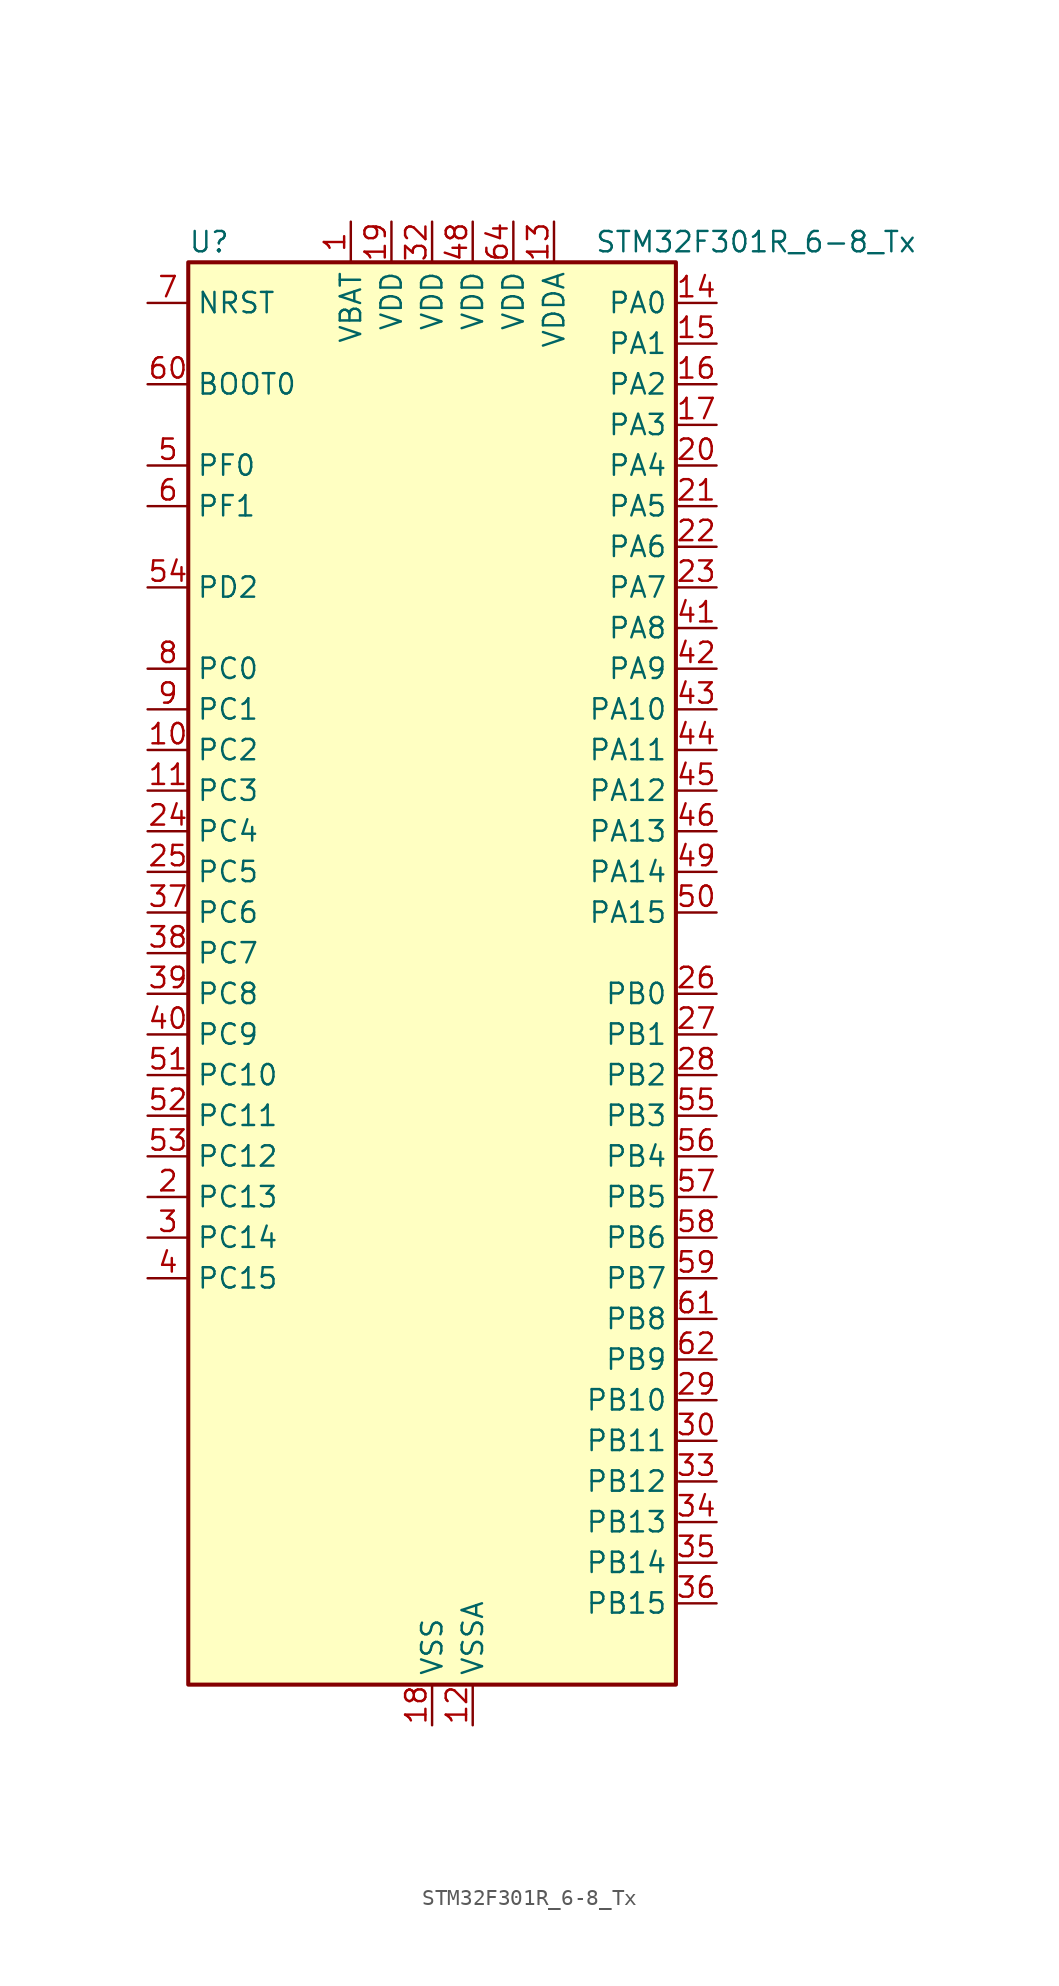
<source format=kicad_sym>
(kicad_symbol_lib
  (version 20220914)
  (generator kicad_symbol_editor)
  (symbol "STM32F301R_6-8_Tx"
    (property "Reference" "U"
      (at -15.24 46.99 0)
      (effects (font (size 1.27 1.27)) (justify left)))
    (property "Value" "STM32F301R_6-8_Tx"
      (at 10.16 46.99 0)
      (effects (font (size 1.27 1.27)) (justify left)))
    (property "ki_locked" ""
      (at 0 0 0)
      (effects (font (size 1.27 1.27))))
    (symbol "STM32F301R_6-8_Tx_0_1"
      (rectangle (start -15.24 -43.18) (end 15.24 45.72) (stroke (width 0.254) (type default)) (fill (type background))))
    (symbol "STM32F301R_6-8_Tx_1_1"
      (pin power_in line (at -5.08 48.26 270) (length 2.54) (name "VBAT" (effects (font (size 1.27 1.27)))) (number "1" (effects (font (size 1.27 1.27)))))
      (pin bidirectional line (at -17.78 15.24 0) (length 2.54) (name "PC2" (effects (font (size 1.27 1.27)))) (number "10" (effects (font (size 1.27 1.27)))) (alternate "ADC1_IN8" bidirectional line) (alternate "TIM1_CH3" bidirectional line))
      (pin bidirectional line (at -17.78 12.7 0) (length 2.54) (name "PC3" (effects (font (size 1.27 1.27)))) (number "11" (effects (font (size 1.27 1.27)))) (alternate "ADC1_IN9" bidirectional line) (alternate "TIM1_BKIN2" bidirectional line) (alternate "TIM1_CH4" bidirectional line))
      (pin power_in line (at 2.54 -45.72 90) (length 2.54) (name "VSSA" (effects (font (size 1.27 1.27)))) (number "12" (effects (font (size 1.27 1.27)))))
      (pin power_in line (at 7.62 48.26 270) (length 2.54) (name "VDDA" (effects (font (size 1.27 1.27)))) (number "13" (effects (font (size 1.27 1.27)))))
      (pin bidirectional line (at 17.78 43.18 180) (length 2.54) (name "PA0" (effects (font (size 1.27 1.27)))) (number "14" (effects (font (size 1.27 1.27)))) (alternate "ADC1_IN1" bidirectional line) (alternate "RTC_TAMP2" bidirectional line) (alternate "SYS_WKUP1" bidirectional line) (alternate "TIM2_CH1" bidirectional line) (alternate "TIM2_ETR" bidirectional line) (alternate "TSC_G1_IO1" bidirectional line) (alternate "USART2_CTS" bidirectional line))
      (pin bidirectional line (at 17.78 40.64 180) (length 2.54) (name "PA1" (effects (font (size 1.27 1.27)))) (number "15" (effects (font (size 1.27 1.27)))) (alternate "ADC1_IN2" bidirectional line) (alternate "RTC_REFIN" bidirectional line) (alternate "TIM15_CH1N" bidirectional line) (alternate "TIM2_CH2" bidirectional line) (alternate "TSC_G1_IO2" bidirectional line) (alternate "USART2_DE" bidirectional line) (alternate "USART2_RTS" bidirectional line))
      (pin bidirectional line (at 17.78 38.1 180) (length 2.54) (name "PA2" (effects (font (size 1.27 1.27)))) (number "16" (effects (font (size 1.27 1.27)))) (alternate "ADC1_IN3" bidirectional line) (alternate "COMP2_INM" bidirectional line) (alternate "COMP2_OUT" bidirectional line) (alternate "TIM15_CH1" bidirectional line) (alternate "TIM2_CH3" bidirectional line) (alternate "TSC_G1_IO3" bidirectional line) (alternate "USART2_TX" bidirectional line))
      (pin bidirectional line (at 17.78 35.56 180) (length 2.54) (name "PA3" (effects (font (size 1.27 1.27)))) (number "17" (effects (font (size 1.27 1.27)))) (alternate "ADC1_IN4" bidirectional line) (alternate "TIM15_CH2" bidirectional line) (alternate "TIM2_CH4" bidirectional line) (alternate "TSC_G1_IO4" bidirectional line) (alternate "USART2_RX" bidirectional line))
      (pin power_in line (at 0 -45.72 90) (length 2.54) (name "VSS" (effects (font (size 1.27 1.27)))) (number "18" (effects (font (size 1.27 1.27)))))
      (pin power_in line (at -2.54 48.26 270) (length 2.54) (name "VDD" (effects (font (size 1.27 1.27)))) (number "19" (effects (font (size 1.27 1.27)))))
      (pin bidirectional line (at -17.78 -12.7 0) (length 2.54) (name "PC13" (effects (font (size 1.27 1.27)))) (number "2" (effects (font (size 1.27 1.27)))) (alternate "RTC_OUT_ALARM" bidirectional line) (alternate "RTC_OUT_CALIB" bidirectional line) (alternate "RTC_TAMP1" bidirectional line) (alternate "RTC_TS" bidirectional line) (alternate "SYS_WKUP2" bidirectional line) (alternate "TIM1_CH1N" bidirectional line))
      (pin bidirectional line (at 17.78 33.02 180) (length 2.54) (name "PA4" (effects (font (size 1.27 1.27)))) (number "20" (effects (font (size 1.27 1.27)))) (alternate "ADC1_IN5" bidirectional line) (alternate "COMP2_INM" bidirectional line) (alternate "COMP4_INM" bidirectional line) (alternate "COMP6_INM" bidirectional line) (alternate "DAC_OUT1" bidirectional line) (alternate "I2S3_WS" bidirectional line) (alternate "SPI3_NSS" bidirectional line) (alternate "TSC_G2_IO1" bidirectional line) (alternate "USART2_CK" bidirectional line))
      (pin bidirectional line (at 17.78 30.48 180) (length 2.54) (name "PA5" (effects (font (size 1.27 1.27)))) (number "21" (effects (font (size 1.27 1.27)))) (alternate "OPAMP2_VINM" bidirectional line) (alternate "OPAMP2_VINM_SEC" bidirectional line) (alternate "TIM2_CH1" bidirectional line) (alternate "TIM2_ETR" bidirectional line) (alternate "TSC_G2_IO2" bidirectional line))
      (pin bidirectional line (at 17.78 27.94 180) (length 2.54) (name "PA6" (effects (font (size 1.27 1.27)))) (number "22" (effects (font (size 1.27 1.27)))) (alternate "ADC1_IN10" bidirectional line) (alternate "OPAMP2_VOUT" bidirectional line) (alternate "TIM16_CH1" bidirectional line) (alternate "TIM1_BKIN" bidirectional line) (alternate "TSC_G2_IO3" bidirectional line))
      (pin bidirectional line (at 17.78 25.4 180) (length 2.54) (name "PA7" (effects (font (size 1.27 1.27)))) (number "23" (effects (font (size 1.27 1.27)))) (alternate "ADC1_IN15" bidirectional line) (alternate "COMP2_INP" bidirectional line) (alternate "OPAMP2_VINP" bidirectional line) (alternate "OPAMP2_VINP_SEC" bidirectional line) (alternate "TIM17_CH1" bidirectional line) (alternate "TIM1_CH1N" bidirectional line) (alternate "TSC_G2_IO4" bidirectional line))
      (pin bidirectional line (at -17.78 10.16 0) (length 2.54) (name "PC4" (effects (font (size 1.27 1.27)))) (number "24" (effects (font (size 1.27 1.27)))) (alternate "TIM1_ETR" bidirectional line) (alternate "USART1_TX" bidirectional line))
      (pin bidirectional line (at -17.78 7.62 0) (length 2.54) (name "PC5" (effects (font (size 1.27 1.27)))) (number "25" (effects (font (size 1.27 1.27)))) (alternate "OPAMP2_VINM" bidirectional line) (alternate "OPAMP2_VINM_SEC" bidirectional line) (alternate "TIM15_BKIN" bidirectional line) (alternate "TSC_G3_IO1" bidirectional line) (alternate "USART1_RX" bidirectional line))
      (pin bidirectional line (at 17.78 0 180) (length 2.54) (name "PB0" (effects (font (size 1.27 1.27)))) (number "26" (effects (font (size 1.27 1.27)))) (alternate "ADC1_IN11" bidirectional line) (alternate "COMP4_INP" bidirectional line) (alternate "OPAMP2_VINP" bidirectional line) (alternate "OPAMP2_VINP_SEC" bidirectional line) (alternate "TIM1_CH2N" bidirectional line) (alternate "TSC_G3_IO2" bidirectional line))
      (pin bidirectional line (at 17.78 -2.54 180) (length 2.54) (name "PB1" (effects (font (size 1.27 1.27)))) (number "27" (effects (font (size 1.27 1.27)))) (alternate "ADC1_IN12" bidirectional line) (alternate "COMP4_OUT" bidirectional line) (alternate "TIM1_CH3N" bidirectional line) (alternate "TSC_G3_IO3" bidirectional line))
      (pin bidirectional line (at 17.78 -5.08 180) (length 2.54) (name "PB2" (effects (font (size 1.27 1.27)))) (number "28" (effects (font (size 1.27 1.27)))) (alternate "COMP4_INM" bidirectional line) (alternate "TSC_G3_IO4" bidirectional line))
      (pin bidirectional line (at 17.78 -25.4 180) (length 2.54) (name "PB10" (effects (font (size 1.27 1.27)))) (number "29" (effects (font (size 1.27 1.27)))) (alternate "TIM2_CH3" bidirectional line) (alternate "TSC_SYNC" bidirectional line) (alternate "USART3_TX" bidirectional line))
      (pin bidirectional line (at -17.78 -15.24 0) (length 2.54) (name "PC14" (effects (font (size 1.27 1.27)))) (number "3" (effects (font (size 1.27 1.27)))) (alternate "RCC_OSC32_IN" bidirectional line))
      (pin bidirectional line (at 17.78 -27.94 180) (length 2.54) (name "PB11" (effects (font (size 1.27 1.27)))) (number "30" (effects (font (size 1.27 1.27)))) (alternate "ADC1_EXTI11" bidirectional line) (alternate "ADC1_IN14" bidirectional line) (alternate "COMP6_INP" bidirectional line) (alternate "TIM2_CH4" bidirectional line) (alternate "TSC_G6_IO1" bidirectional line) (alternate "USART3_RX" bidirectional line))
      (pin passive line (at 0 -45.72 90) (length 2.54) hide (name "VSS" (effects (font (size 1.27 1.27)))) (number "31" (effects (font (size 1.27 1.27)))))
      (pin power_in line (at 0 48.26 270) (length 2.54) (name "VDD" (effects (font (size 1.27 1.27)))) (number "32" (effects (font (size 1.27 1.27)))))
      (pin bidirectional line (at 17.78 -30.48 180) (length 2.54) (name "PB12" (effects (font (size 1.27 1.27)))) (number "33" (effects (font (size 1.27 1.27)))) (alternate "I2C2_SMBA" bidirectional line) (alternate "I2S2_WS" bidirectional line) (alternate "SPI2_NSS" bidirectional line) (alternate "TIM1_BKIN" bidirectional line) (alternate "TSC_G6_IO2" bidirectional line) (alternate "USART3_CK" bidirectional line))
      (pin bidirectional line (at 17.78 -33.02 180) (length 2.54) (name "PB13" (effects (font (size 1.27 1.27)))) (number "34" (effects (font (size 1.27 1.27)))) (alternate "ADC1_IN13" bidirectional line) (alternate "I2S2_CK" bidirectional line) (alternate "SPI2_SCK" bidirectional line) (alternate "TIM1_CH1N" bidirectional line) (alternate "TSC_G6_IO3" bidirectional line) (alternate "USART3_CTS" bidirectional line))
      (pin bidirectional line (at 17.78 -35.56 180) (length 2.54) (name "PB14" (effects (font (size 1.27 1.27)))) (number "35" (effects (font (size 1.27 1.27)))) (alternate "I2S2_ext_SD" bidirectional line) (alternate "OPAMP2_VINP" bidirectional line) (alternate "OPAMP2_VINP_SEC" bidirectional line) (alternate "SPI2_MISO" bidirectional line) (alternate "TIM15_CH1" bidirectional line) (alternate "TIM1_CH2N" bidirectional line) (alternate "TSC_G6_IO4" bidirectional line) (alternate "USART3_DE" bidirectional line) (alternate "USART3_RTS" bidirectional line))
      (pin bidirectional line (at 17.78 -38.1 180) (length 2.54) (name "PB15" (effects (font (size 1.27 1.27)))) (number "36" (effects (font (size 1.27 1.27)))) (alternate "ADC1_EXTI15" bidirectional line) (alternate "COMP6_INM" bidirectional line) (alternate "I2S2_SD" bidirectional line) (alternate "RTC_REFIN" bidirectional line) (alternate "SPI2_MOSI" bidirectional line) (alternate "TIM15_CH1N" bidirectional line) (alternate "TIM15_CH2" bidirectional line) (alternate "TIM1_CH3N" bidirectional line))
      (pin bidirectional line (at -17.78 5.08 0) (length 2.54) (name "PC6" (effects (font (size 1.27 1.27)))) (number "37" (effects (font (size 1.27 1.27)))) (alternate "COMP6_OUT" bidirectional line) (alternate "I2S2_MCK" bidirectional line))
      (pin bidirectional line (at -17.78 2.54 0) (length 2.54) (name "PC7" (effects (font (size 1.27 1.27)))) (number "38" (effects (font (size 1.27 1.27)))) (alternate "I2S3_MCK" bidirectional line))
      (pin bidirectional line (at -17.78 0 0) (length 2.54) (name "PC8" (effects (font (size 1.27 1.27)))) (number "39" (effects (font (size 1.27 1.27)))))
      (pin bidirectional line (at -17.78 -17.78 0) (length 2.54) (name "PC15" (effects (font (size 1.27 1.27)))) (number "4" (effects (font (size 1.27 1.27)))) (alternate "ADC1_EXTI15" bidirectional line) (alternate "RCC_OSC32_OUT" bidirectional line))
      (pin bidirectional line (at -17.78 -2.54 0) (length 2.54) (name "PC9" (effects (font (size 1.27 1.27)))) (number "40" (effects (font (size 1.27 1.27)))) (alternate "DAC_EXTI9" bidirectional line) (alternate "I2C3_SDA" bidirectional line) (alternate "I2S_CKIN" bidirectional line))
      (pin bidirectional line (at 17.78 22.86 180) (length 2.54) (name "PA8" (effects (font (size 1.27 1.27)))) (number "41" (effects (font (size 1.27 1.27)))) (alternate "I2C2_SMBA" bidirectional line) (alternate "I2C3_SCL" bidirectional line) (alternate "I2S2_MCK" bidirectional line) (alternate "RCC_MCO" bidirectional line) (alternate "TIM1_CH1" bidirectional line) (alternate "USART1_CK" bidirectional line))
      (pin bidirectional line (at 17.78 20.32 180) (length 2.54) (name "PA9" (effects (font (size 1.27 1.27)))) (number "42" (effects (font (size 1.27 1.27)))) (alternate "DAC_EXTI9" bidirectional line) (alternate "I2C2_SCL" bidirectional line) (alternate "I2C3_SMBA" bidirectional line) (alternate "I2S3_MCK" bidirectional line) (alternate "TIM15_BKIN" bidirectional line) (alternate "TIM1_CH2" bidirectional line) (alternate "TIM2_CH3" bidirectional line) (alternate "TSC_G4_IO1" bidirectional line) (alternate "USART1_TX" bidirectional line))
      (pin bidirectional line (at 17.78 17.78 180) (length 2.54) (name "PA10" (effects (font (size 1.27 1.27)))) (number "43" (effects (font (size 1.27 1.27)))) (alternate "COMP6_OUT" bidirectional line) (alternate "I2C2_SDA" bidirectional line) (alternate "I2S2_ext_SD" bidirectional line) (alternate "SPI2_MISO" bidirectional line) (alternate "TIM17_BKIN" bidirectional line) (alternate "TIM1_CH3" bidirectional line) (alternate "TIM2_CH4" bidirectional line) (alternate "TSC_G4_IO2" bidirectional line) (alternate "USART1_RX" bidirectional line))
      (pin bidirectional line (at 17.78 15.24 180) (length 2.54) (name "PA11" (effects (font (size 1.27 1.27)))) (number "44" (effects (font (size 1.27 1.27)))) (alternate "ADC1_EXTI11" bidirectional line) (alternate "I2S2_SD" bidirectional line) (alternate "SPI2_MOSI" bidirectional line) (alternate "TIM1_BKIN2" bidirectional line) (alternate "TIM1_CH1N" bidirectional line) (alternate "TIM1_CH4" bidirectional line) (alternate "USART1_CTS" bidirectional line))
      (pin bidirectional line (at 17.78 12.7 180) (length 2.54) (name "PA12" (effects (font (size 1.27 1.27)))) (number "45" (effects (font (size 1.27 1.27)))) (alternate "COMP2_OUT" bidirectional line) (alternate "I2S_CKIN" bidirectional line) (alternate "TIM16_CH1" bidirectional line) (alternate "TIM1_CH2N" bidirectional line) (alternate "TIM1_ETR" bidirectional line) (alternate "USART1_DE" bidirectional line) (alternate "USART1_RTS" bidirectional line))
      (pin bidirectional line (at 17.78 10.16 180) (length 2.54) (name "PA13" (effects (font (size 1.27 1.27)))) (number "46" (effects (font (size 1.27 1.27)))) (alternate "IR_OUT" bidirectional line) (alternate "SYS_JTMS-SWDIO" bidirectional line) (alternate "TIM16_CH1N" bidirectional line) (alternate "TSC_G4_IO3" bidirectional line) (alternate "USART3_CTS" bidirectional line))
      (pin passive line (at 0 -45.72 90) (length 2.54) hide (name "VSS" (effects (font (size 1.27 1.27)))) (number "47" (effects (font (size 1.27 1.27)))))
      (pin power_in line (at 2.54 48.26 270) (length 2.54) (name "VDD" (effects (font (size 1.27 1.27)))) (number "48" (effects (font (size 1.27 1.27)))))
      (pin bidirectional line (at 17.78 7.62 180) (length 2.54) (name "PA14" (effects (font (size 1.27 1.27)))) (number "49" (effects (font (size 1.27 1.27)))) (alternate "I2C1_SDA" bidirectional line) (alternate "SYS_JTCK-SWCLK" bidirectional line) (alternate "TIM1_BKIN" bidirectional line) (alternate "TSC_G4_IO4" bidirectional line) (alternate "USART2_TX" bidirectional line))
      (pin bidirectional line (at -17.78 33.02 0) (length 2.54) (name "PF0" (effects (font (size 1.27 1.27)))) (number "5" (effects (font (size 1.27 1.27)))) (alternate "I2C2_SDA" bidirectional line) (alternate "I2S2_WS" bidirectional line) (alternate "RCC_OSC_IN" bidirectional line) (alternate "SPI2_NSS" bidirectional line) (alternate "TIM1_CH3N" bidirectional line))
      (pin bidirectional line (at 17.78 5.08 180) (length 2.54) (name "PA15" (effects (font (size 1.27 1.27)))) (number "50" (effects (font (size 1.27 1.27)))) (alternate "ADC1_EXTI15" bidirectional line) (alternate "I2C1_SCL" bidirectional line) (alternate "I2S3_WS" bidirectional line) (alternate "SPI3_NSS" bidirectional line) (alternate "SYS_JTDI" bidirectional line) (alternate "TIM1_BKIN" bidirectional line) (alternate "TIM2_CH1" bidirectional line) (alternate "TIM2_ETR" bidirectional line) (alternate "TSC_SYNC" bidirectional line) (alternate "USART2_RX" bidirectional line))
      (pin bidirectional line (at -17.78 -5.08 0) (length 2.54) (name "PC10" (effects (font (size 1.27 1.27)))) (number "51" (effects (font (size 1.27 1.27)))) (alternate "I2S3_CK" bidirectional line) (alternate "SPI3_SCK" bidirectional line) (alternate "USART3_TX" bidirectional line))
      (pin bidirectional line (at -17.78 -7.62 0) (length 2.54) (name "PC11" (effects (font (size 1.27 1.27)))) (number "52" (effects (font (size 1.27 1.27)))) (alternate "ADC1_EXTI11" bidirectional line) (alternate "I2S3_ext_SD" bidirectional line) (alternate "SPI3_MISO" bidirectional line) (alternate "USART3_RX" bidirectional line))
      (pin bidirectional line (at -17.78 -10.16 0) (length 2.54) (name "PC12" (effects (font (size 1.27 1.27)))) (number "53" (effects (font (size 1.27 1.27)))) (alternate "I2S3_SD" bidirectional line) (alternate "SPI3_MOSI" bidirectional line) (alternate "USART3_CK" bidirectional line))
      (pin bidirectional line (at -17.78 25.4 0) (length 2.54) (name "PD2" (effects (font (size 1.27 1.27)))) (number "54" (effects (font (size 1.27 1.27)))))
      (pin bidirectional line (at 17.78 -7.62 180) (length 2.54) (name "PB3" (effects (font (size 1.27 1.27)))) (number "55" (effects (font (size 1.27 1.27)))) (alternate "I2S3_CK" bidirectional line) (alternate "SPI3_SCK" bidirectional line) (alternate "SYS_JTDO-TRACESWO" bidirectional line) (alternate "TIM2_CH2" bidirectional line) (alternate "TSC_G5_IO1" bidirectional line) (alternate "USART2_TX" bidirectional line))
      (pin bidirectional line (at 17.78 -10.16 180) (length 2.54) (name "PB4" (effects (font (size 1.27 1.27)))) (number "56" (effects (font (size 1.27 1.27)))) (alternate "I2S3_ext_SD" bidirectional line) (alternate "SPI3_MISO" bidirectional line) (alternate "SYS_NJTRST" bidirectional line) (alternate "TIM16_CH1" bidirectional line) (alternate "TIM17_BKIN" bidirectional line) (alternate "TSC_G5_IO2" bidirectional line) (alternate "USART2_RX" bidirectional line))
      (pin bidirectional line (at 17.78 -12.7 180) (length 2.54) (name "PB5" (effects (font (size 1.27 1.27)))) (number "57" (effects (font (size 1.27 1.27)))) (alternate "I2C1_SMBA" bidirectional line) (alternate "I2C3_SDA" bidirectional line) (alternate "I2S3_SD" bidirectional line) (alternate "SPI3_MOSI" bidirectional line) (alternate "TIM16_BKIN" bidirectional line) (alternate "TIM17_CH1" bidirectional line) (alternate "USART2_CK" bidirectional line))
      (pin bidirectional line (at 17.78 -15.24 180) (length 2.54) (name "PB6" (effects (font (size 1.27 1.27)))) (number "58" (effects (font (size 1.27 1.27)))) (alternate "I2C1_SCL" bidirectional line) (alternate "TIM16_CH1N" bidirectional line) (alternate "TSC_G5_IO3" bidirectional line) (alternate "USART1_TX" bidirectional line))
      (pin bidirectional line (at 17.78 -17.78 180) (length 2.54) (name "PB7" (effects (font (size 1.27 1.27)))) (number "59" (effects (font (size 1.27 1.27)))) (alternate "I2C1_SDA" bidirectional line) (alternate "TIM17_CH1N" bidirectional line) (alternate "TSC_G5_IO4" bidirectional line) (alternate "USART1_RX" bidirectional line))
      (pin bidirectional line (at -17.78 30.48 0) (length 2.54) (name "PF1" (effects (font (size 1.27 1.27)))) (number "6" (effects (font (size 1.27 1.27)))) (alternate "I2C2_SCL" bidirectional line) (alternate "I2S2_CK" bidirectional line) (alternate "RCC_OSC_OUT" bidirectional line) (alternate "SPI2_SCK" bidirectional line))
      (pin input line (at -17.78 38.1 0) (length 2.54) (name "BOOT0" (effects (font (size 1.27 1.27)))) (number "60" (effects (font (size 1.27 1.27)))))
      (pin bidirectional line (at 17.78 -20.32 180) (length 2.54) (name "PB8" (effects (font (size 1.27 1.27)))) (number "61" (effects (font (size 1.27 1.27)))) (alternate "I2C1_SCL" bidirectional line) (alternate "TIM16_CH1" bidirectional line) (alternate "TIM1_BKIN" bidirectional line) (alternate "TSC_SYNC" bidirectional line) (alternate "USART3_RX" bidirectional line))
      (pin bidirectional line (at 17.78 -22.86 180) (length 2.54) (name "PB9" (effects (font (size 1.27 1.27)))) (number "62" (effects (font (size 1.27 1.27)))) (alternate "COMP2_OUT" bidirectional line) (alternate "DAC_EXTI9" bidirectional line) (alternate "I2C1_SDA" bidirectional line) (alternate "IR_OUT" bidirectional line) (alternate "TIM17_CH1" bidirectional line) (alternate "USART3_TX" bidirectional line))
      (pin passive line (at 0 -45.72 90) (length 2.54) hide (name "VSS" (effects (font (size 1.27 1.27)))) (number "63" (effects (font (size 1.27 1.27)))))
      (pin power_in line (at 5.08 48.26 270) (length 2.54) (name "VDD" (effects (font (size 1.27 1.27)))) (number "64" (effects (font (size 1.27 1.27)))))
      (pin input line (at -17.78 43.18 0) (length 2.54) (name "NRST" (effects (font (size 1.27 1.27)))) (number "7" (effects (font (size 1.27 1.27)))))
      (pin bidirectional line (at -17.78 20.32 0) (length 2.54) (name "PC0" (effects (font (size 1.27 1.27)))) (number "8" (effects (font (size 1.27 1.27)))) (alternate "ADC1_IN6" bidirectional line) (alternate "TIM1_CH1" bidirectional line))
      (pin bidirectional line (at -17.78 17.78 0) (length 2.54) (name "PC1" (effects (font (size 1.27 1.27)))) (number "9" (effects (font (size 1.27 1.27)))) (alternate "ADC1_IN7" bidirectional line) (alternate "TIM1_CH2" bidirectional line)))))
</source>
